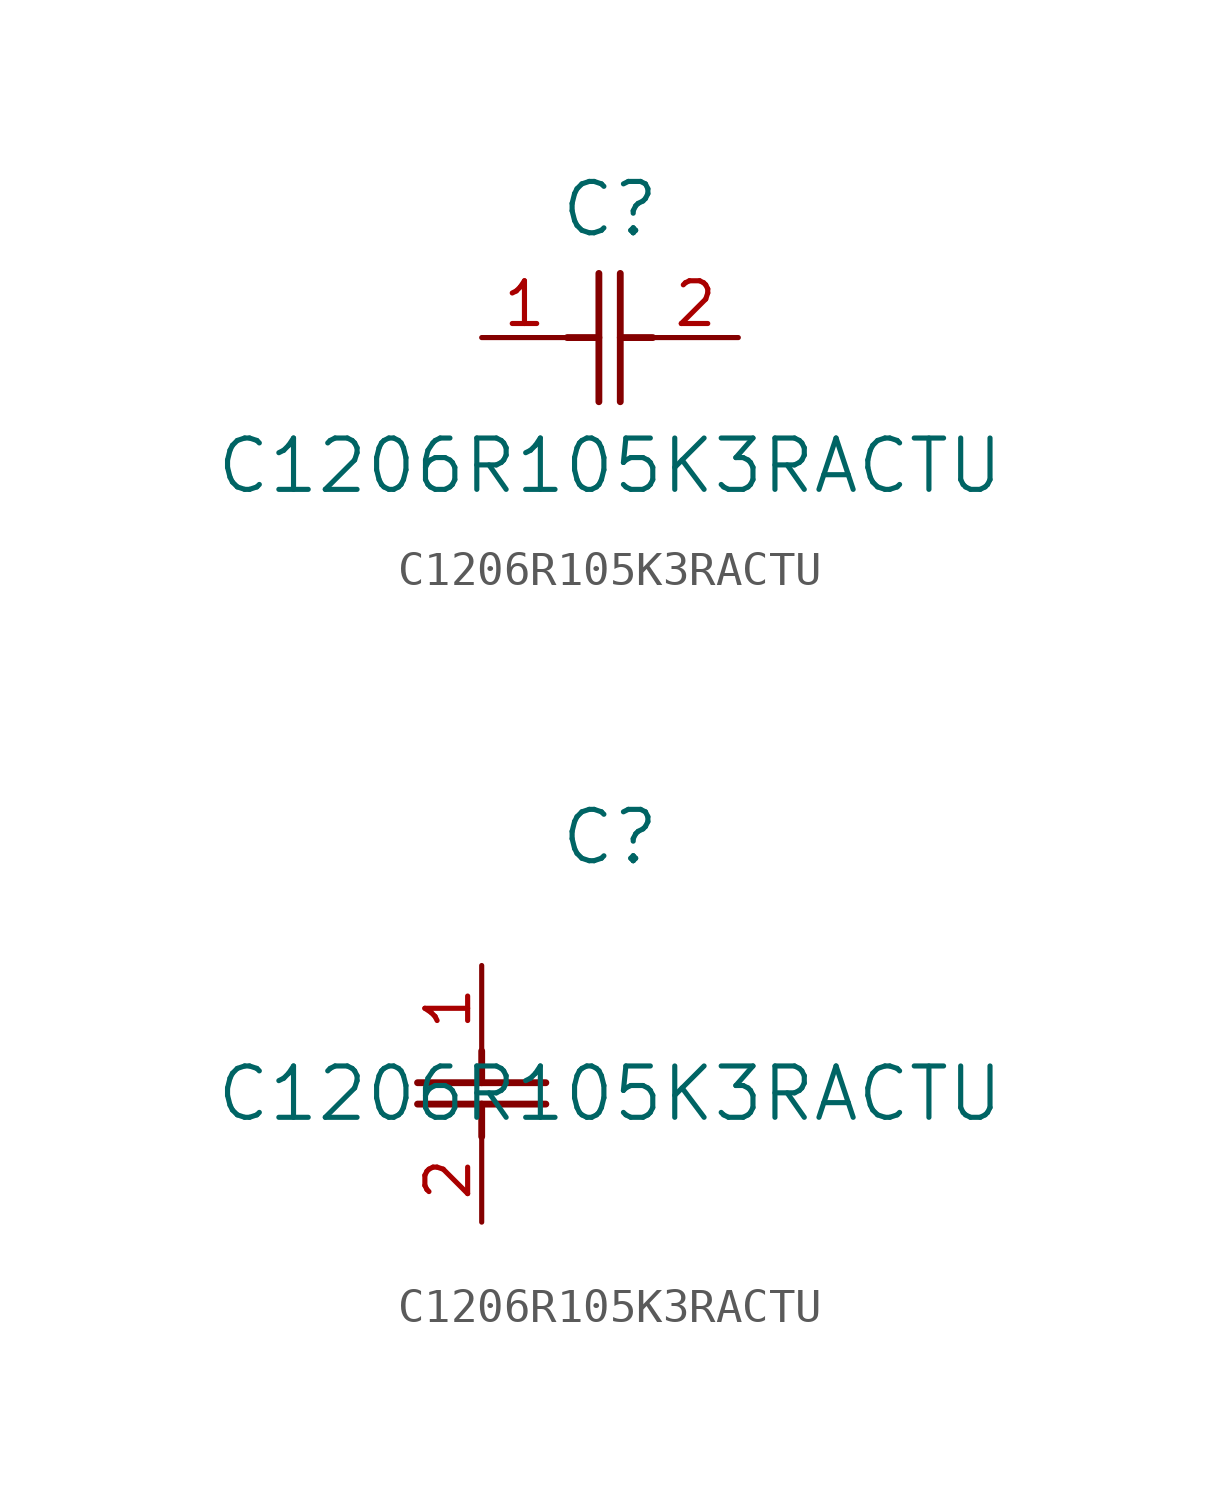
<source format=kicad_sym>
(kicad_symbol_lib
  (version 20211014)
  (generator kicad_symbol_editor)
  (symbol "C1206R105K3RACTU"
    (pin_names
      (offset 0.254))
    (property "Reference" "C"
      (at 3.81 3.81 0)
      (effects (font (size 1.524 1.524))))
    (property "Value" "C1206R105K3RACTU"
      (at 3.81 -3.81 0)
      (effects (font (size 1.524 1.524))))
    (symbol "C1206R105K3RACTU_1_1"
      (polyline (pts (xy 3.48 -1.905) (xy 3.48 1.905)) (stroke (width 0.203) (type default) (color 0 0 0 0)) (fill (type none)))
      (polyline (pts (xy 4.115 -1.905) (xy 4.115 1.905)) (stroke (width 0.203) (type default) (color 0 0 0 0)) (fill (type none)))
      (polyline (pts (xy 4.115 0) (xy 5.08 0)) (stroke (width 0.203) (type default) (color 0 0 0 0)) (fill (type none)))
      (polyline (pts (xy 2.54 0) (xy 3.48 0)) (stroke (width 0.203) (type default) (color 0 0 0 0)) (fill (type none)))
      (pin unspecified line (at 0 0 0) (length 2.54) (name "" (effects (font (size 1.27 1.27)))) (number "1" (effects (font (size 1.27 1.27)))))
      (pin unspecified line (at 7.62 0 180) (length 2.54) (name "" (effects (font (size 1.27 1.27)))) (number "2" (effects (font (size 1.27 1.27))))))
    (symbol "C1206R105K3RACTU_1_2"
      (polyline (pts (xy -1.905 -3.48) (xy 1.905 -3.48)) (stroke (width 0.203) (type default) (color 0 0 0 0)) (fill (type none)))
      (polyline (pts (xy -1.905 -4.115) (xy 1.905 -4.115)) (stroke (width 0.203) (type default) (color 0 0 0 0)) (fill (type none)))
      (polyline (pts (xy 0 -4.115) (xy 0 -5.08)) (stroke (width 0.203) (type default) (color 0 0 0 0)) (fill (type none)))
      (polyline (pts (xy 0 -2.54) (xy 0 -3.48)) (stroke (width 0.203) (type default) (color 0 0 0 0)) (fill (type none)))
      (pin unspecified line (at 0 0 270) (length 2.54) (name "" (effects (font (size 1.27 1.27)))) (number "1" (effects (font (size 1.27 1.27)))))
      (pin unspecified line (at 0 -7.62 90) (length 2.54) (name "" (effects (font (size 1.27 1.27)))) (number "2" (effects (font (size 1.27 1.27))))))))
</source>
